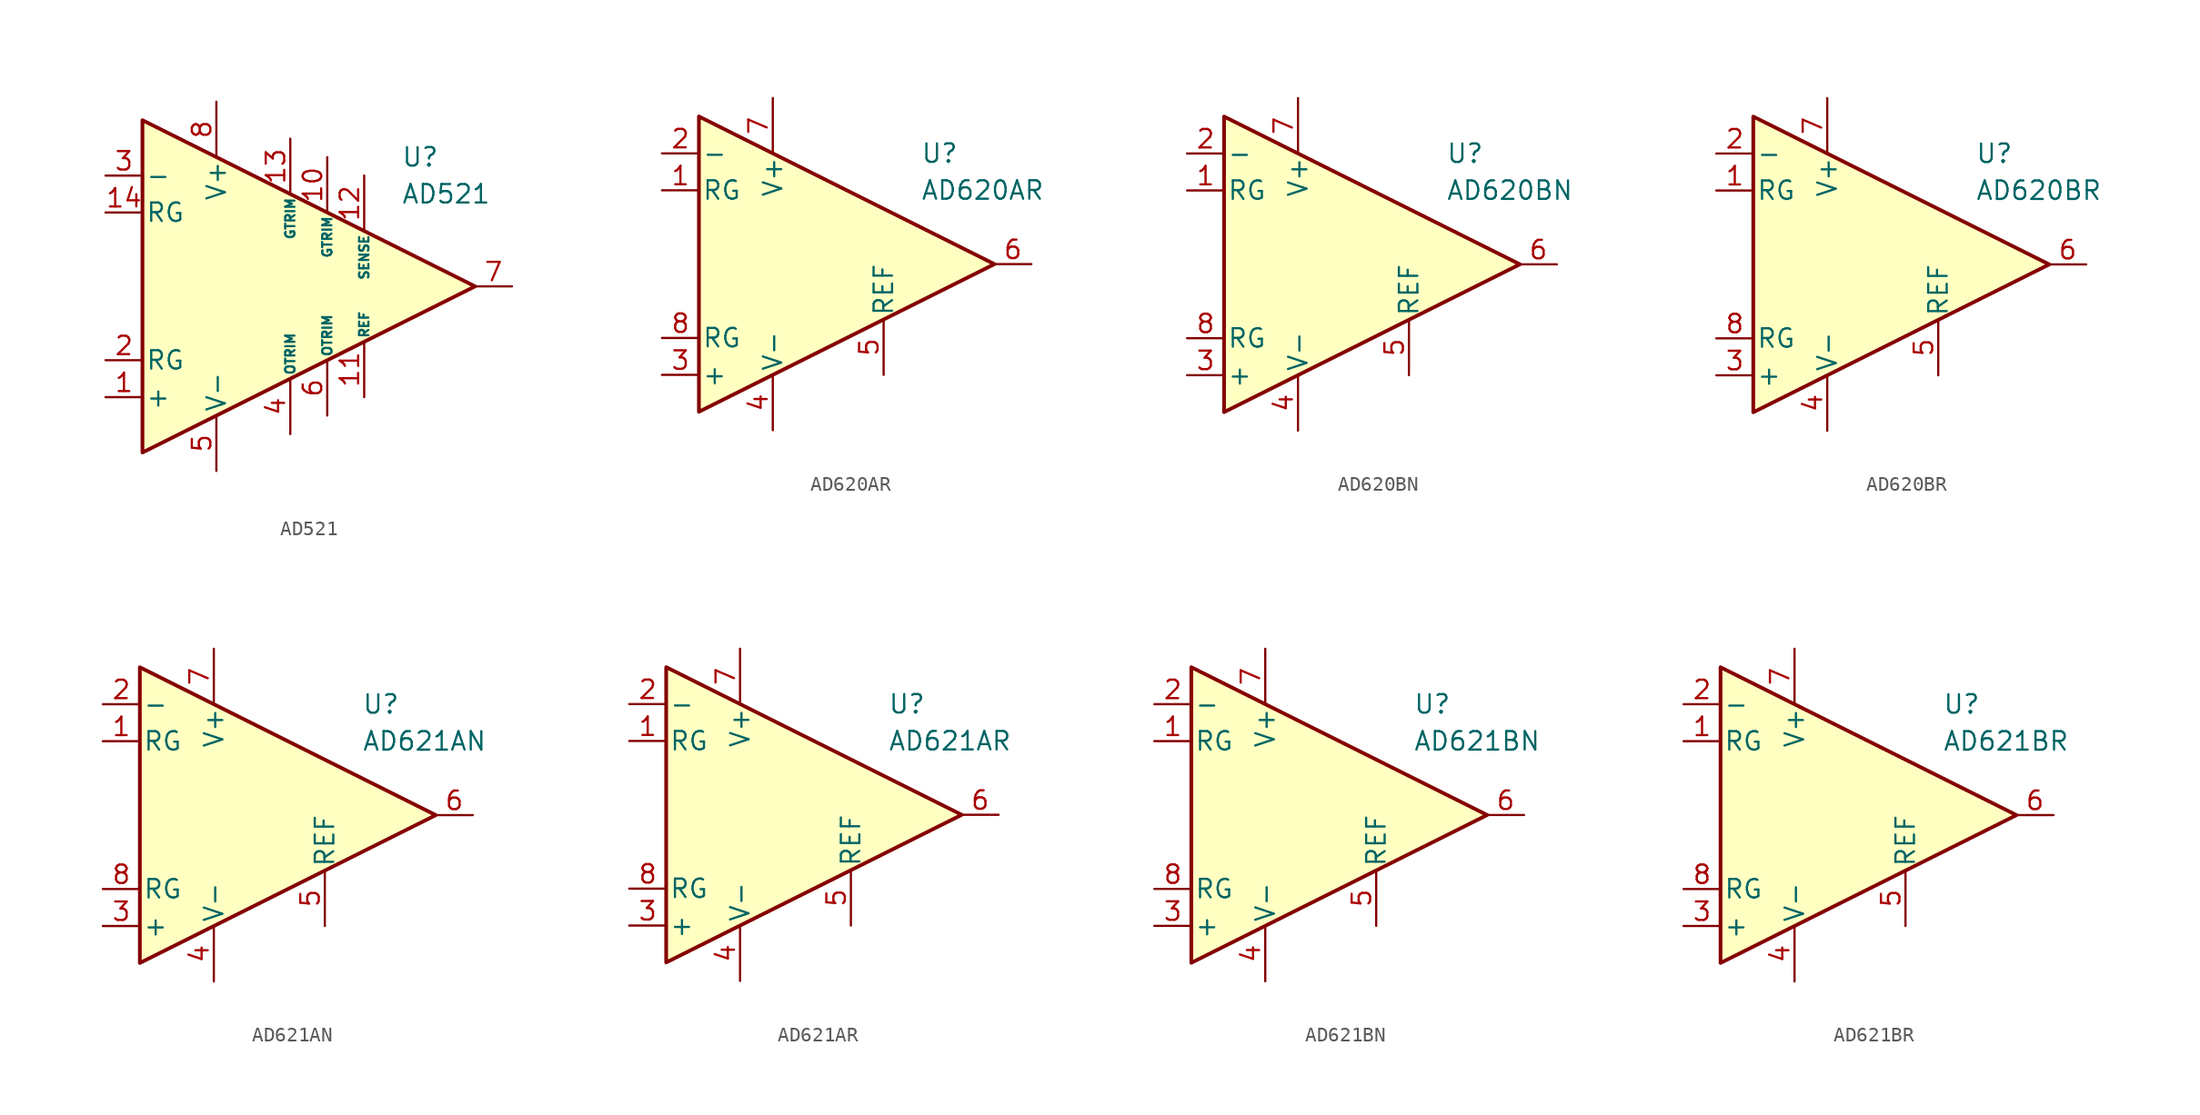
<source format=kicad_sym>
(kicad_symbol_lib
  (version 20231120)
  (generator "kicad_symbol_editor")
  (generator_version "8.0")
  (symbol "AD521"
    (pin_names
      (offset 0.2))
    (property "Reference" "U"
      (at 8.89 8.89 0)
      (effects (font (size 1.27 1.27)) (justify left)))
    (property "Value" "AD521"
      (at 8.89 6.35 0)
      (effects (font (size 1.27 1.27)) (justify left)))
    (symbol "AD521_0_1"
      (polyline (pts (xy -8.89 11.43) (xy -8.89 -11.43) (xy 13.97 0) (xy -8.89 11.43)) (stroke (width 0.254) (type default)) (fill (type background))))
    (symbol "AD521_1_1"
      (pin input line (at -11.43 -7.62 0) (length 2.54) (name "+" (effects (font (size 1.27 1.27)))) (number "1" (effects (font (size 1.27 1.27)))))
      (pin passive line (at 3.81 8.89 270) (length 3.81) (name "GTRIM" (effects (font (size 0.635 0.635)))) (number "10" (effects (font (size 1.27 1.27)))))
      (pin input line (at 6.35 -7.62 90) (length 3.81) (name "REF" (effects (font (size 0.635 0.635)))) (number "11" (effects (font (size 1.27 1.27)))))
      (pin input line (at 6.35 7.62 270) (length 3.81) (name "SENSE" (effects (font (size 0.635 0.635)))) (number "12" (effects (font (size 1.27 1.27)))))
      (pin passive line (at 1.27 10.16 270) (length 3.81) (name "GTRIM" (effects (font (size 0.635 0.635)))) (number "13" (effects (font (size 1.27 1.27)))))
      (pin passive line (at -11.43 5.08 0) (length 2.54) (name "RG" (effects (font (size 1.27 1.27)))) (number "14" (effects (font (size 1.27 1.27)))))
      (pin passive line (at -11.43 -5.08 0) (length 2.54) (name "RG" (effects (font (size 1.27 1.27)))) (number "2" (effects (font (size 1.27 1.27)))))
      (pin input line (at -11.43 7.62 0) (length 2.54) (name "-" (effects (font (size 1.27 1.27)))) (number "3" (effects (font (size 1.27 1.27)))))
      (pin passive line (at 1.27 -10.16 90) (length 3.81) (name "OTRIM" (effects (font (size 0.635 0.635)))) (number "4" (effects (font (size 1.27 1.27)))))
      (pin power_in line (at -3.81 -12.7 90) (length 3.81) (name "V-" (effects (font (size 1.27 1.27)))) (number "5" (effects (font (size 1.27 1.27)))))
      (pin passive line (at 3.81 -8.89 90) (length 3.81) (name "OTRIM" (effects (font (size 0.635 0.635)))) (number "6" (effects (font (size 1.27 1.27)))))
      (pin output line (at 16.51 0 180) (length 2.54) (name "~" (effects (font (size 1.27 1.27)))) (number "7" (effects (font (size 1.27 1.27)))))
      (pin power_in line (at -3.81 12.7 270) (length 3.81) (name "V+" (effects (font (size 1.27 1.27)))) (number "8" (effects (font (size 1.27 1.27)))))))
  (symbol "AD620AR"
    (pin_names
      (offset 0.2))
    (property "Reference" "U"
      (at 6.35 7.62 0)
      (effects (font (size 1.27 1.27)) (justify left)))
    (property "Value" "AD620AR"
      (at 6.35 5.08 0)
      (effects (font (size 1.27 1.27)) (justify left)))
    (symbol "AD620AR_0_1"
      (polyline (pts (xy -8.89 10.16) (xy -8.89 -10.16) (xy 11.43 0) (xy -8.89 10.16)) (stroke (width 0.254) (type default)) (fill (type background))))
    (symbol "AD620AR_1_1"
      (pin passive line (at -11.43 5.08 0) (length 2.54) (name "RG" (effects (font (size 1.27 1.27)))) (number "1" (effects (font (size 1.27 1.27)))))
      (pin input line (at -11.43 7.62 0) (length 2.54) (name "-" (effects (font (size 1.27 1.27)))) (number "2" (effects (font (size 1.27 1.27)))))
      (pin input line (at -11.43 -7.62 0) (length 2.54) (name "+" (effects (font (size 1.27 1.27)))) (number "3" (effects (font (size 1.27 1.27)))))
      (pin power_in line (at -3.81 -11.43 90) (length 3.81) (name "V-" (effects (font (size 1.27 1.27)))) (number "4" (effects (font (size 1.27 1.27)))))
      (pin input line (at 3.81 -7.62 90) (length 3.81) (name "REF" (effects (font (size 1.27 1.27)))) (number "5" (effects (font (size 1.27 1.27)))))
      (pin output line (at 13.97 0 180) (length 2.54) (name "~" (effects (font (size 1.27 1.27)))) (number "6" (effects (font (size 1.27 1.27)))))
      (pin power_in line (at -3.81 11.43 270) (length 3.81) (name "V+" (effects (font (size 1.27 1.27)))) (number "7" (effects (font (size 1.27 1.27)))))
      (pin passive line (at -11.43 -5.08 0) (length 2.54) (name "RG" (effects (font (size 1.27 1.27)))) (number "8" (effects (font (size 1.27 1.27)))))))
  (symbol "AD620BN"
    (pin_names
      (offset 0.2))
    (property "Reference" "U"
      (at 6.35 7.62 0)
      (effects (font (size 1.27 1.27)) (justify left)))
    (property "Value" "AD620BN"
      (at 6.35 5.08 0)
      (effects (font (size 1.27 1.27)) (justify left)))
    (symbol "AD620BN_0_1"
      (polyline (pts (xy -8.89 10.16) (xy -8.89 -10.16) (xy 11.43 0) (xy -8.89 10.16)) (stroke (width 0.254) (type default)) (fill (type background))))
    (symbol "AD620BN_1_1"
      (pin passive line (at -11.43 5.08 0) (length 2.54) (name "RG" (effects (font (size 1.27 1.27)))) (number "1" (effects (font (size 1.27 1.27)))))
      (pin input line (at -11.43 7.62 0) (length 2.54) (name "-" (effects (font (size 1.27 1.27)))) (number "2" (effects (font (size 1.27 1.27)))))
      (pin input line (at -11.43 -7.62 0) (length 2.54) (name "+" (effects (font (size 1.27 1.27)))) (number "3" (effects (font (size 1.27 1.27)))))
      (pin power_in line (at -3.81 -11.43 90) (length 3.81) (name "V-" (effects (font (size 1.27 1.27)))) (number "4" (effects (font (size 1.27 1.27)))))
      (pin input line (at 3.81 -7.62 90) (length 3.81) (name "REF" (effects (font (size 1.27 1.27)))) (number "5" (effects (font (size 1.27 1.27)))))
      (pin output line (at 13.97 0 180) (length 2.54) (name "~" (effects (font (size 1.27 1.27)))) (number "6" (effects (font (size 1.27 1.27)))))
      (pin power_in line (at -3.81 11.43 270) (length 3.81) (name "V+" (effects (font (size 1.27 1.27)))) (number "7" (effects (font (size 1.27 1.27)))))
      (pin passive line (at -11.43 -5.08 0) (length 2.54) (name "RG" (effects (font (size 1.27 1.27)))) (number "8" (effects (font (size 1.27 1.27)))))))
  (symbol "AD620BR"
    (pin_names
      (offset 0.2))
    (property "Reference" "U"
      (at 6.35 7.62 0)
      (effects (font (size 1.27 1.27)) (justify left)))
    (property "Value" "AD620BR"
      (at 6.35 5.08 0)
      (effects (font (size 1.27 1.27)) (justify left)))
    (symbol "AD620BR_0_1"
      (polyline (pts (xy -8.89 10.16) (xy -8.89 -10.16) (xy 11.43 0) (xy -8.89 10.16)) (stroke (width 0.254) (type default)) (fill (type background))))
    (symbol "AD620BR_1_1"
      (pin passive line (at -11.43 5.08 0) (length 2.54) (name "RG" (effects (font (size 1.27 1.27)))) (number "1" (effects (font (size 1.27 1.27)))))
      (pin input line (at -11.43 7.62 0) (length 2.54) (name "-" (effects (font (size 1.27 1.27)))) (number "2" (effects (font (size 1.27 1.27)))))
      (pin input line (at -11.43 -7.62 0) (length 2.54) (name "+" (effects (font (size 1.27 1.27)))) (number "3" (effects (font (size 1.27 1.27)))))
      (pin power_in line (at -3.81 -11.43 90) (length 3.81) (name "V-" (effects (font (size 1.27 1.27)))) (number "4" (effects (font (size 1.27 1.27)))))
      (pin input line (at 3.81 -7.62 90) (length 3.81) (name "REF" (effects (font (size 1.27 1.27)))) (number "5" (effects (font (size 1.27 1.27)))))
      (pin output line (at 13.97 0 180) (length 2.54) (name "~" (effects (font (size 1.27 1.27)))) (number "6" (effects (font (size 1.27 1.27)))))
      (pin power_in line (at -3.81 11.43 270) (length 3.81) (name "V+" (effects (font (size 1.27 1.27)))) (number "7" (effects (font (size 1.27 1.27)))))
      (pin passive line (at -11.43 -5.08 0) (length 2.54) (name "RG" (effects (font (size 1.27 1.27)))) (number "8" (effects (font (size 1.27 1.27)))))))
  (symbol "AD621AN"
    (pin_names
      (offset 0.2))
    (property "Reference" "U"
      (at 6.35 7.62 0)
      (effects (font (size 1.27 1.27)) (justify left)))
    (property "Value" "AD621AN"
      (at 6.35 5.08 0)
      (effects (font (size 1.27 1.27)) (justify left)))
    (symbol "AD621AN_0_1"
      (polyline (pts (xy -8.89 10.16) (xy -8.89 -10.16) (xy 11.43 0) (xy -8.89 10.16)) (stroke (width 0.254) (type default)) (fill (type background))))
    (symbol "AD621AN_1_1"
      (pin passive line (at -11.43 5.08 0) (length 2.54) (name "RG" (effects (font (size 1.27 1.27)))) (number "1" (effects (font (size 1.27 1.27)))))
      (pin input line (at -11.43 7.62 0) (length 2.54) (name "-" (effects (font (size 1.27 1.27)))) (number "2" (effects (font (size 1.27 1.27)))))
      (pin input line (at -11.43 -7.62 0) (length 2.54) (name "+" (effects (font (size 1.27 1.27)))) (number "3" (effects (font (size 1.27 1.27)))))
      (pin power_in line (at -3.81 -11.43 90) (length 3.81) (name "V-" (effects (font (size 1.27 1.27)))) (number "4" (effects (font (size 1.27 1.27)))))
      (pin input line (at 3.81 -7.62 90) (length 3.81) (name "REF" (effects (font (size 1.27 1.27)))) (number "5" (effects (font (size 1.27 1.27)))))
      (pin output line (at 13.97 0 180) (length 2.54) (name "~" (effects (font (size 1.27 1.27)))) (number "6" (effects (font (size 1.27 1.27)))))
      (pin power_in line (at -3.81 11.43 270) (length 3.81) (name "V+" (effects (font (size 1.27 1.27)))) (number "7" (effects (font (size 1.27 1.27)))))
      (pin passive line (at -11.43 -5.08 0) (length 2.54) (name "RG" (effects (font (size 1.27 1.27)))) (number "8" (effects (font (size 1.27 1.27)))))))
  (symbol "AD621AR"
    (pin_names
      (offset 0.2))
    (property "Reference" "U"
      (at 6.35 7.62 0)
      (effects (font (size 1.27 1.27)) (justify left)))
    (property "Value" "AD621AR"
      (at 6.35 5.08 0)
      (effects (font (size 1.27 1.27)) (justify left)))
    (symbol "AD621AR_0_1"
      (polyline (pts (xy -8.89 10.16) (xy -8.89 -10.16) (xy 11.43 0) (xy -8.89 10.16)) (stroke (width 0.254) (type default)) (fill (type background))))
    (symbol "AD621AR_1_1"
      (pin passive line (at -11.43 5.08 0) (length 2.54) (name "RG" (effects (font (size 1.27 1.27)))) (number "1" (effects (font (size 1.27 1.27)))))
      (pin input line (at -11.43 7.62 0) (length 2.54) (name "-" (effects (font (size 1.27 1.27)))) (number "2" (effects (font (size 1.27 1.27)))))
      (pin input line (at -11.43 -7.62 0) (length 2.54) (name "+" (effects (font (size 1.27 1.27)))) (number "3" (effects (font (size 1.27 1.27)))))
      (pin power_in line (at -3.81 -11.43 90) (length 3.81) (name "V-" (effects (font (size 1.27 1.27)))) (number "4" (effects (font (size 1.27 1.27)))))
      (pin input line (at 3.81 -7.62 90) (length 3.81) (name "REF" (effects (font (size 1.27 1.27)))) (number "5" (effects (font (size 1.27 1.27)))))
      (pin output line (at 13.97 0 180) (length 2.54) (name "~" (effects (font (size 1.27 1.27)))) (number "6" (effects (font (size 1.27 1.27)))))
      (pin power_in line (at -3.81 11.43 270) (length 3.81) (name "V+" (effects (font (size 1.27 1.27)))) (number "7" (effects (font (size 1.27 1.27)))))
      (pin passive line (at -11.43 -5.08 0) (length 2.54) (name "RG" (effects (font (size 1.27 1.27)))) (number "8" (effects (font (size 1.27 1.27)))))))
  (symbol "AD621BN"
    (pin_names
      (offset 0.2))
    (property "Reference" "U"
      (at 6.35 7.62 0)
      (effects (font (size 1.27 1.27)) (justify left)))
    (property "Value" "AD621BN"
      (at 6.35 5.08 0)
      (effects (font (size 1.27 1.27)) (justify left)))
    (symbol "AD621BN_0_1"
      (polyline (pts (xy -8.89 10.16) (xy -8.89 -10.16) (xy 11.43 0) (xy -8.89 10.16)) (stroke (width 0.254) (type default)) (fill (type background))))
    (symbol "AD621BN_1_1"
      (pin passive line (at -11.43 5.08 0) (length 2.54) (name "RG" (effects (font (size 1.27 1.27)))) (number "1" (effects (font (size 1.27 1.27)))))
      (pin input line (at -11.43 7.62 0) (length 2.54) (name "-" (effects (font (size 1.27 1.27)))) (number "2" (effects (font (size 1.27 1.27)))))
      (pin input line (at -11.43 -7.62 0) (length 2.54) (name "+" (effects (font (size 1.27 1.27)))) (number "3" (effects (font (size 1.27 1.27)))))
      (pin power_in line (at -3.81 -11.43 90) (length 3.81) (name "V-" (effects (font (size 1.27 1.27)))) (number "4" (effects (font (size 1.27 1.27)))))
      (pin input line (at 3.81 -7.62 90) (length 3.81) (name "REF" (effects (font (size 1.27 1.27)))) (number "5" (effects (font (size 1.27 1.27)))))
      (pin output line (at 13.97 0 180) (length 2.54) (name "~" (effects (font (size 1.27 1.27)))) (number "6" (effects (font (size 1.27 1.27)))))
      (pin power_in line (at -3.81 11.43 270) (length 3.81) (name "V+" (effects (font (size 1.27 1.27)))) (number "7" (effects (font (size 1.27 1.27)))))
      (pin passive line (at -11.43 -5.08 0) (length 2.54) (name "RG" (effects (font (size 1.27 1.27)))) (number "8" (effects (font (size 1.27 1.27)))))))
  (symbol "AD621BR"
    (pin_names
      (offset 0.2))
    (property "Reference" "U"
      (at 6.35 7.62 0)
      (effects (font (size 1.27 1.27)) (justify left)))
    (property "Value" "AD621BR"
      (at 6.35 5.08 0)
      (effects (font (size 1.27 1.27)) (justify left)))
    (symbol "AD621BR_0_1"
      (polyline (pts (xy -8.89 10.16) (xy -8.89 -10.16) (xy 11.43 0) (xy -8.89 10.16)) (stroke (width 0.254) (type default)) (fill (type background))))
    (symbol "AD621BR_1_1"
      (pin passive line (at -11.43 5.08 0) (length 2.54) (name "RG" (effects (font (size 1.27 1.27)))) (number "1" (effects (font (size 1.27 1.27)))))
      (pin input line (at -11.43 7.62 0) (length 2.54) (name "-" (effects (font (size 1.27 1.27)))) (number "2" (effects (font (size 1.27 1.27)))))
      (pin input line (at -11.43 -7.62 0) (length 2.54) (name "+" (effects (font (size 1.27 1.27)))) (number "3" (effects (font (size 1.27 1.27)))))
      (pin power_in line (at -3.81 -11.43 90) (length 3.81) (name "V-" (effects (font (size 1.27 1.27)))) (number "4" (effects (font (size 1.27 1.27)))))
      (pin input line (at 3.81 -7.62 90) (length 3.81) (name "REF" (effects (font (size 1.27 1.27)))) (number "5" (effects (font (size 1.27 1.27)))))
      (pin output line (at 13.97 0 180) (length 2.54) (name "~" (effects (font (size 1.27 1.27)))) (number "6" (effects (font (size 1.27 1.27)))))
      (pin power_in line (at -3.81 11.43 270) (length 3.81) (name "V+" (effects (font (size 1.27 1.27)))) (number "7" (effects (font (size 1.27 1.27)))))
      (pin passive line (at -11.43 -5.08 0) (length 2.54) (name "RG" (effects (font (size 1.27 1.27)))) (number "8" (effects (font (size 1.27 1.27))))))))
</source>
